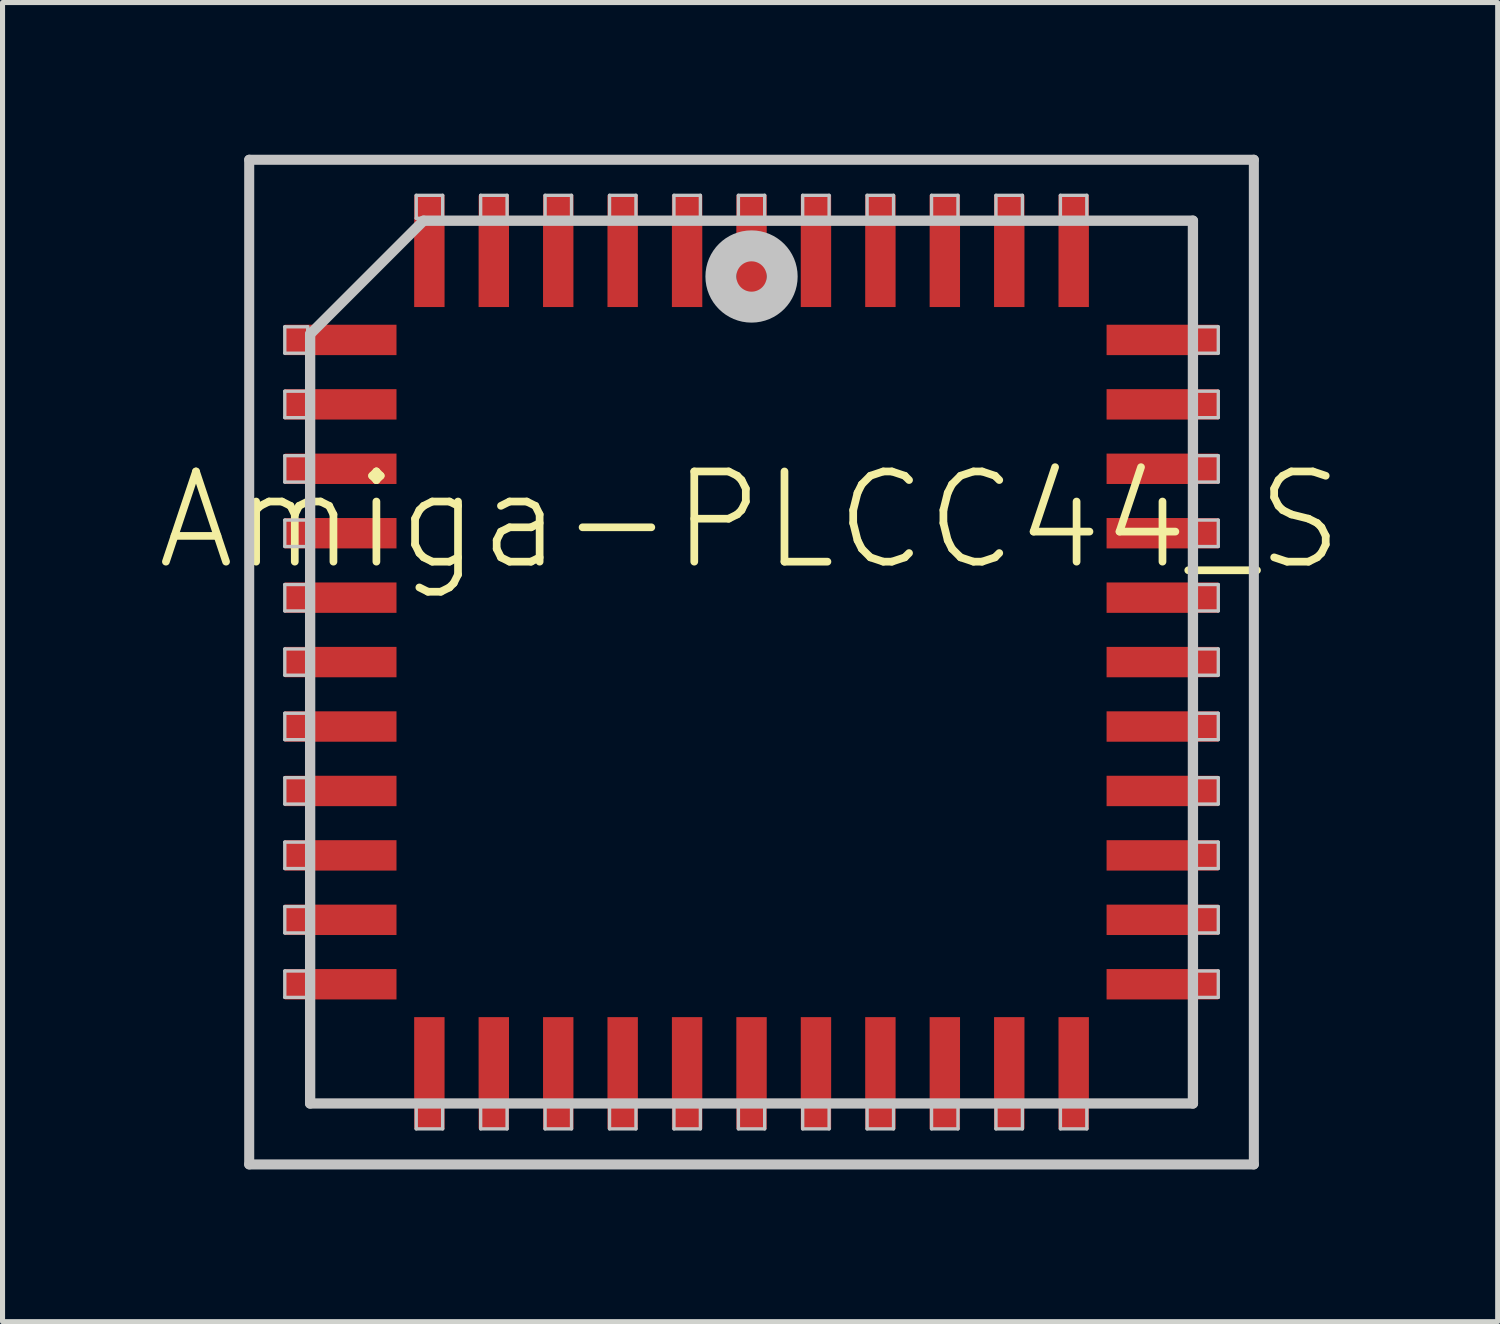
<source format=kicad_pcb>
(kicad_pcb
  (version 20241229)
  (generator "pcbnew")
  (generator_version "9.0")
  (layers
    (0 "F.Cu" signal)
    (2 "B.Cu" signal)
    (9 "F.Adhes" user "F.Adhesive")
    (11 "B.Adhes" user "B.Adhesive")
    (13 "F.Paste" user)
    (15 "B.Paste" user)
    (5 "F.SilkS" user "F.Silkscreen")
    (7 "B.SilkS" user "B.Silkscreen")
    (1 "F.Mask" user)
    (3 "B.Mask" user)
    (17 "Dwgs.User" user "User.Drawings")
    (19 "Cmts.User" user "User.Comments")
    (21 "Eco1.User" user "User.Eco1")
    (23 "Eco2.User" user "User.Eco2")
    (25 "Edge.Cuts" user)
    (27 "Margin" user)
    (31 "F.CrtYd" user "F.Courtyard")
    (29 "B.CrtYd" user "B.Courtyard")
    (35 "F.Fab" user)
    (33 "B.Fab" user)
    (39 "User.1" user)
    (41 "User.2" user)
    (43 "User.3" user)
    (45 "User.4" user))
  (footprint "Amiga-PLCC44_S"
    (layer "F.Cu")
    (at 11.763 10)
    (property "Reference" "Amiga-PLCC44_S" (at -0.028 -2.794 0) (layer "F.SilkS") (effects (font (size 1.778 1.778) (thickness 0.152))))
    (attr smd)
    (fp_line (start -9.901 -9.901) (end 9.901 -9.901) (stroke (width 0.198) (type solid)) (layer "Dwgs.User"))
    (fp_line (start -9.901 9.901) (end -9.901 -9.901) (stroke (width 0.198) (type solid)) (layer "Dwgs.User"))
    (fp_line (start -9.2 -6.609) (end -8.748 -6.609) (stroke (width 0.066) (type solid)) (layer "Dwgs.User"))
    (fp_line (start -9.2 -6.088) (end -9.2 -6.609) (stroke (width 0.066) (type solid)) (layer "Dwgs.User"))
    (fp_line (start -9.2 -6.088) (end -8.748 -6.088) (stroke (width 0.066) (type solid)) (layer "Dwgs.User"))
    (fp_line (start -9.2 -5.339) (end -8.748 -5.339) (stroke (width 0.066) (type solid)) (layer "Dwgs.User"))
    (fp_line (start -9.2 -4.818) (end -9.2 -5.339) (stroke (width 0.066) (type solid)) (layer "Dwgs.User"))
    (fp_line (start -9.2 -4.818) (end -8.748 -4.818) (stroke (width 0.066) (type solid)) (layer "Dwgs.User"))
    (fp_line (start -9.2 -4.069) (end -8.748 -4.069) (stroke (width 0.066) (type solid)) (layer "Dwgs.User"))
    (fp_line (start -9.2 -3.548) (end -9.2 -4.069) (stroke (width 0.066) (type solid)) (layer "Dwgs.User"))
    (fp_line (start -9.2 -3.548) (end -8.748 -3.548) (stroke (width 0.066) (type solid)) (layer "Dwgs.User"))
    (fp_line (start -9.2 -2.799) (end -8.748 -2.799) (stroke (width 0.066) (type solid)) (layer "Dwgs.User"))
    (fp_line (start -9.2 -2.278) (end -9.2 -2.799) (stroke (width 0.066) (type solid)) (layer "Dwgs.User"))
    (fp_line (start -9.2 -2.278) (end -8.748 -2.278) (stroke (width 0.066) (type solid)) (layer "Dwgs.User"))
    (fp_line (start -9.2 -1.529) (end -8.748 -1.529) (stroke (width 0.066) (type solid)) (layer "Dwgs.User"))
    (fp_line (start -9.2 -1.008) (end -9.2 -1.529) (stroke (width 0.066) (type solid)) (layer "Dwgs.User"))
    (fp_line (start -9.2 -1.008) (end -8.748 -1.008) (stroke (width 0.066) (type solid)) (layer "Dwgs.User"))
    (fp_line (start -9.2 -0.259) (end -8.748 -0.259) (stroke (width 0.066) (type solid)) (layer "Dwgs.User"))
    (fp_line (start -9.2 0.259) (end -9.2 -0.259) (stroke (width 0.066) (type solid)) (layer "Dwgs.User"))
    (fp_line (start -9.2 0.259) (end -8.748 0.259) (stroke (width 0.066) (type solid)) (layer "Dwgs.User"))
    (fp_line (start -9.2 1.008) (end -8.748 1.008) (stroke (width 0.066) (type solid)) (layer "Dwgs.User"))
    (fp_line (start -9.2 1.529) (end -9.2 1.008) (stroke (width 0.066) (type solid)) (layer "Dwgs.User"))
    (fp_line (start -9.2 1.529) (end -8.748 1.529) (stroke (width 0.066) (type solid)) (layer "Dwgs.User"))
    (fp_line (start -9.2 2.278) (end -8.748 2.278) (stroke (width 0.066) (type solid)) (layer "Dwgs.User"))
    (fp_line (start -9.2 2.799) (end -9.2 2.278) (stroke (width 0.066) (type solid)) (layer "Dwgs.User"))
    (fp_line (start -9.2 2.799) (end -8.748 2.799) (stroke (width 0.066) (type solid)) (layer "Dwgs.User"))
    (fp_line (start -9.2 3.548) (end -8.748 3.548) (stroke (width 0.066) (type solid)) (layer "Dwgs.User"))
    (fp_line (start -9.2 4.069) (end -9.2 3.548) (stroke (width 0.066) (type solid)) (layer "Dwgs.User"))
    (fp_line (start -9.2 4.069) (end -8.748 4.069) (stroke (width 0.066) (type solid)) (layer "Dwgs.User"))
    (fp_line (start -9.2 4.818) (end -8.748 4.818) (stroke (width 0.066) (type solid)) (layer "Dwgs.User"))
    (fp_line (start -9.2 5.339) (end -9.2 4.818) (stroke (width 0.066) (type solid)) (layer "Dwgs.User"))
    (fp_line (start -9.2 5.339) (end -8.748 5.339) (stroke (width 0.066) (type solid)) (layer "Dwgs.User"))
    (fp_line (start -9.2 6.088) (end -8.748 6.088) (stroke (width 0.066) (type solid)) (layer "Dwgs.User"))
    (fp_line (start -9.2 6.609) (end -9.2 6.088) (stroke (width 0.066) (type solid)) (layer "Dwgs.User"))
    (fp_line (start -9.2 6.609) (end -8.748 6.609) (stroke (width 0.066) (type solid)) (layer "Dwgs.User"))
    (fp_line (start -8.748 -6.088) (end -8.748 -6.609) (stroke (width 0.066) (type solid)) (layer "Dwgs.User"))
    (fp_line (start -8.748 -4.818) (end -8.748 -5.339) (stroke (width 0.066) (type solid)) (layer "Dwgs.User"))
    (fp_line (start -8.748 -3.548) (end -8.748 -4.069) (stroke (width 0.066) (type solid)) (layer "Dwgs.User"))
    (fp_line (start -8.748 -2.278) (end -8.748 -2.799) (stroke (width 0.066) (type solid)) (layer "Dwgs.User"))
    (fp_line (start -8.748 -1.008) (end -8.748 -1.529) (stroke (width 0.066) (type solid)) (layer "Dwgs.User"))
    (fp_line (start -8.748 0.259) (end -8.748 -0.259) (stroke (width 0.066) (type solid)) (layer "Dwgs.User"))
    (fp_line (start -8.748 1.529) (end -8.748 1.008) (stroke (width 0.066) (type solid)) (layer "Dwgs.User"))
    (fp_line (start -8.748 2.799) (end -8.748 2.278) (stroke (width 0.066) (type solid)) (layer "Dwgs.User"))
    (fp_line (start -8.748 4.069) (end -8.748 3.548) (stroke (width 0.066) (type solid)) (layer "Dwgs.User"))
    (fp_line (start -8.748 5.339) (end -8.748 4.818) (stroke (width 0.066) (type solid)) (layer "Dwgs.User"))
    (fp_line (start -8.748 6.609) (end -8.748 6.088) (stroke (width 0.066) (type solid)) (layer "Dwgs.User"))
    (fp_line (start -8.7 -6.464) (end -8.7 8.7) (stroke (width 0.203) (type solid)) (layer "Dwgs.User"))
    (fp_line (start -8.7 8.7) (end 8.7 8.7) (stroke (width 0.203) (type solid)) (layer "Dwgs.User"))
    (fp_line (start -6.609 -9.2) (end -6.088 -9.2) (stroke (width 0.066) (type solid)) (layer "Dwgs.User"))
    (fp_line (start -6.609 -8.748) (end -6.609 -9.2) (stroke (width 0.066) (type solid)) (layer "Dwgs.User"))
    (fp_line (start -6.609 -8.748) (end -6.088 -8.748) (stroke (width 0.066) (type solid)) (layer "Dwgs.User"))
    (fp_line (start -6.609 8.748) (end -6.088 8.748) (stroke (width 0.066) (type solid)) (layer "Dwgs.User"))
    (fp_line (start -6.609 9.2) (end -6.609 8.748) (stroke (width 0.066) (type solid)) (layer "Dwgs.User"))
    (fp_line (start -6.609 9.2) (end -6.088 9.2) (stroke (width 0.066) (type solid)) (layer "Dwgs.User"))
    (fp_line (start -6.464 -8.7) (end -8.7 -6.464) (stroke (width 0.203) (type solid)) (layer "Dwgs.User"))
    (fp_line (start -6.088 -8.748) (end -6.088 -9.2) (stroke (width 0.066) (type solid)) (layer "Dwgs.User"))
    (fp_line (start -6.088 9.2) (end -6.088 8.748) (stroke (width 0.066) (type solid)) (layer "Dwgs.User"))
    (fp_line (start -5.339 -9.2) (end -4.818 -9.2) (stroke (width 0.066) (type solid)) (layer "Dwgs.User"))
    (fp_line (start -5.339 -8.748) (end -5.339 -9.2) (stroke (width 0.066) (type solid)) (layer "Dwgs.User"))
    (fp_line (start -5.339 -8.748) (end -4.818 -8.748) (stroke (width 0.066) (type solid)) (layer "Dwgs.User"))
    (fp_line (start -5.339 8.748) (end -4.818 8.748) (stroke (width 0.066) (type solid)) (layer "Dwgs.User"))
    (fp_line (start -5.339 9.2) (end -5.339 8.748) (stroke (width 0.066) (type solid)) (layer "Dwgs.User"))
    (fp_line (start -5.339 9.2) (end -4.818 9.2) (stroke (width 0.066) (type solid)) (layer "Dwgs.User"))
    (fp_line (start -4.818 -8.748) (end -4.818 -9.2) (stroke (width 0.066) (type solid)) (layer "Dwgs.User"))
    (fp_line (start -4.818 9.2) (end -4.818 8.748) (stroke (width 0.066) (type solid)) (layer "Dwgs.User"))
    (fp_line (start -4.069 -9.2) (end -3.548 -9.2) (stroke (width 0.066) (type solid)) (layer "Dwgs.User"))
    (fp_line (start -4.069 -8.748) (end -4.069 -9.2) (stroke (width 0.066) (type solid)) (layer "Dwgs.User"))
    (fp_line (start -4.069 -8.748) (end -3.548 -8.748) (stroke (width 0.066) (type solid)) (layer "Dwgs.User"))
    (fp_line (start -4.069 8.748) (end -3.548 8.748) (stroke (width 0.066) (type solid)) (layer "Dwgs.User"))
    (fp_line (start -4.069 9.2) (end -4.069 8.748) (stroke (width 0.066) (type solid)) (layer "Dwgs.User"))
    (fp_line (start -4.069 9.2) (end -3.548 9.2) (stroke (width 0.066) (type solid)) (layer "Dwgs.User"))
    (fp_line (start -3.548 -8.748) (end -3.548 -9.2) (stroke (width 0.066) (type solid)) (layer "Dwgs.User"))
    (fp_line (start -3.548 9.2) (end -3.548 8.748) (stroke (width 0.066) (type solid)) (layer "Dwgs.User"))
    (fp_line (start -2.799 -9.2) (end -2.278 -9.2) (stroke (width 0.066) (type solid)) (layer "Dwgs.User"))
    (fp_line (start -2.799 -8.748) (end -2.799 -9.2) (stroke (width 0.066) (type solid)) (layer "Dwgs.User"))
    (fp_line (start -2.799 -8.748) (end -2.278 -8.748) (stroke (width 0.066) (type solid)) (layer "Dwgs.User"))
    (fp_line (start -2.799 8.748) (end -2.278 8.748) (stroke (width 0.066) (type solid)) (layer "Dwgs.User"))
    (fp_line (start -2.799 9.2) (end -2.799 8.748) (stroke (width 0.066) (type solid)) (layer "Dwgs.User"))
    (fp_line (start -2.799 9.2) (end -2.278 9.2) (stroke (width 0.066) (type solid)) (layer "Dwgs.User"))
    (fp_line (start -2.278 -8.748) (end -2.278 -9.2) (stroke (width 0.066) (type solid)) (layer "Dwgs.User"))
    (fp_line (start -2.278 9.2) (end -2.278 8.748) (stroke (width 0.066) (type solid)) (layer "Dwgs.User"))
    (fp_line (start -1.529 -9.2) (end -1.008 -9.2) (stroke (width 0.066) (type solid)) (layer "Dwgs.User"))
    (fp_line (start -1.529 -8.748) (end -1.529 -9.2) (stroke (width 0.066) (type solid)) (layer "Dwgs.User"))
    (fp_line (start -1.529 -8.748) (end -1.008 -8.748) (stroke (width 0.066) (type solid)) (layer "Dwgs.User"))
    (fp_line (start -1.529 8.748) (end -1.008 8.748) (stroke (width 0.066) (type solid)) (layer "Dwgs.User"))
    (fp_line (start -1.529 9.2) (end -1.529 8.748) (stroke (width 0.066) (type solid)) (layer "Dwgs.User"))
    (fp_line (start -1.529 9.2) (end -1.008 9.2) (stroke (width 0.066) (type solid)) (layer "Dwgs.User"))
    (fp_line (start -1.008 -8.748) (end -1.008 -9.2) (stroke (width 0.066) (type solid)) (layer "Dwgs.User"))
    (fp_line (start -1.008 9.2) (end -1.008 8.748) (stroke (width 0.066) (type solid)) (layer "Dwgs.User"))
    (fp_line (start -0.259 -9.2) (end 0.259 -9.2) (stroke (width 0.066) (type solid)) (layer "Dwgs.User"))
    (fp_line (start -0.259 -8.748) (end -0.259 -9.2) (stroke (width 0.066) (type solid)) (layer "Dwgs.User"))
    (fp_line (start -0.259 -8.748) (end 0.259 -8.748) (stroke (width 0.066) (type solid)) (layer "Dwgs.User"))
    (fp_line (start -0.259 8.748) (end 0.259 8.748) (stroke (width 0.066) (type solid)) (layer "Dwgs.User"))
    (fp_line (start -0.259 9.2) (end -0.259 8.748) (stroke (width 0.066) (type solid)) (layer "Dwgs.User"))
    (fp_line (start -0.259 9.2) (end 0.259 9.2) (stroke (width 0.066) (type solid)) (layer "Dwgs.User"))
    (fp_line (start 0.259 -8.748) (end 0.259 -9.2) (stroke (width 0.066) (type solid)) (layer "Dwgs.User"))
    (fp_line (start 0.259 9.2) (end 0.259 8.748) (stroke (width 0.066) (type solid)) (layer "Dwgs.User"))
    (fp_line (start 1.008 -9.2) (end 1.529 -9.2) (stroke (width 0.066) (type solid)) (layer "Dwgs.User"))
    (fp_line (start 1.008 -8.748) (end 1.008 -9.2) (stroke (width 0.066) (type solid)) (layer "Dwgs.User"))
    (fp_line (start 1.008 -8.748) (end 1.529 -8.748) (stroke (width 0.066) (type solid)) (layer "Dwgs.User"))
    (fp_line (start 1.008 8.748) (end 1.529 8.748) (stroke (width 0.066) (type solid)) (layer "Dwgs.User"))
    (fp_line (start 1.008 9.2) (end 1.008 8.748) (stroke (width 0.066) (type solid)) (layer "Dwgs.User"))
    (fp_line (start 1.008 9.2) (end 1.529 9.2) (stroke (width 0.066) (type solid)) (layer "Dwgs.User"))
    (fp_line (start 1.529 -8.748) (end 1.529 -9.2) (stroke (width 0.066) (type solid)) (layer "Dwgs.User"))
    (fp_line (start 1.529 9.2) (end 1.529 8.748) (stroke (width 0.066) (type solid)) (layer "Dwgs.User"))
    (fp_line (start 2.278 -9.2) (end 2.799 -9.2) (stroke (width 0.066) (type solid)) (layer "Dwgs.User"))
    (fp_line (start 2.278 -8.748) (end 2.278 -9.2) (stroke (width 0.066) (type solid)) (layer "Dwgs.User"))
    (fp_line (start 2.278 -8.748) (end 2.799 -8.748) (stroke (width 0.066) (type solid)) (layer "Dwgs.User"))
    (fp_line (start 2.278 8.748) (end 2.799 8.748) (stroke (width 0.066) (type solid)) (layer "Dwgs.User"))
    (fp_line (start 2.278 9.2) (end 2.278 8.748) (stroke (width 0.066) (type solid)) (layer "Dwgs.User"))
    (fp_line (start 2.278 9.2) (end 2.799 9.2) (stroke (width 0.066) (type solid)) (layer "Dwgs.User"))
    (fp_line (start 2.799 -8.748) (end 2.799 -9.2) (stroke (width 0.066) (type solid)) (layer "Dwgs.User"))
    (fp_line (start 2.799 9.2) (end 2.799 8.748) (stroke (width 0.066) (type solid)) (layer "Dwgs.User"))
    (fp_line (start 3.548 -9.2) (end 4.069 -9.2) (stroke (width 0.066) (type solid)) (layer "Dwgs.User"))
    (fp_line (start 3.548 -8.748) (end 3.548 -9.2) (stroke (width 0.066) (type solid)) (layer "Dwgs.User"))
    (fp_line (start 3.548 -8.748) (end 4.069 -8.748) (stroke (width 0.066) (type solid)) (layer "Dwgs.User"))
    (fp_line (start 3.548 8.748) (end 4.069 8.748) (stroke (width 0.066) (type solid)) (layer "Dwgs.User"))
    (fp_line (start 3.548 9.2) (end 3.548 8.748) (stroke (width 0.066) (type solid)) (layer "Dwgs.User"))
    (fp_line (start 3.548 9.2) (end 4.069 9.2) (stroke (width 0.066) (type solid)) (layer "Dwgs.User"))
    (fp_line (start 4.069 -8.748) (end 4.069 -9.2) (stroke (width 0.066) (type solid)) (layer "Dwgs.User"))
    (fp_line (start 4.069 9.2) (end 4.069 8.748) (stroke (width 0.066) (type solid)) (layer "Dwgs.User"))
    (fp_line (start 4.818 -9.2) (end 5.339 -9.2) (stroke (width 0.066) (type solid)) (layer "Dwgs.User"))
    (fp_line (start 4.818 -8.748) (end 4.818 -9.2) (stroke (width 0.066) (type solid)) (layer "Dwgs.User"))
    (fp_line (start 4.818 -8.748) (end 5.339 -8.748) (stroke (width 0.066) (type solid)) (layer "Dwgs.User"))
    (fp_line (start 4.818 8.748) (end 5.339 8.748) (stroke (width 0.066) (type solid)) (layer "Dwgs.User"))
    (fp_line (start 4.818 9.2) (end 4.818 8.748) (stroke (width 0.066) (type solid)) (layer "Dwgs.User"))
    (fp_line (start 4.818 9.2) (end 5.339 9.2) (stroke (width 0.066) (type solid)) (layer "Dwgs.User"))
    (fp_line (start 5.339 -8.748) (end 5.339 -9.2) (stroke (width 0.066) (type solid)) (layer "Dwgs.User"))
    (fp_line (start 5.339 9.2) (end 5.339 8.748) (stroke (width 0.066) (type solid)) (layer "Dwgs.User"))
    (fp_line (start 6.088 -9.2) (end 6.609 -9.2) (stroke (width 0.066) (type solid)) (layer "Dwgs.User"))
    (fp_line (start 6.088 -8.748) (end 6.088 -9.2) (stroke (width 0.066) (type solid)) (layer "Dwgs.User"))
    (fp_line (start 6.088 -8.748) (end 6.609 -8.748) (stroke (width 0.066) (type solid)) (layer "Dwgs.User"))
    (fp_line (start 6.088 8.748) (end 6.609 8.748) (stroke (width 0.066) (type solid)) (layer "Dwgs.User"))
    (fp_line (start 6.088 9.2) (end 6.088 8.748) (stroke (width 0.066) (type solid)) (layer "Dwgs.User"))
    (fp_line (start 6.088 9.2) (end 6.609 9.2) (stroke (width 0.066) (type solid)) (layer "Dwgs.User"))
    (fp_line (start 6.609 -8.748) (end 6.609 -9.2) (stroke (width 0.066) (type solid)) (layer "Dwgs.User"))
    (fp_line (start 6.609 9.2) (end 6.609 8.748) (stroke (width 0.066) (type solid)) (layer "Dwgs.User"))
    (fp_line (start 8.7 -8.7) (end -6.464 -8.7) (stroke (width 0.203) (type solid)) (layer "Dwgs.User"))
    (fp_line (start 8.7 8.7) (end 8.7 -8.7) (stroke (width 0.203) (type solid)) (layer "Dwgs.User"))
    (fp_line (start 8.748 -6.609) (end 9.2 -6.609) (stroke (width 0.066) (type solid)) (layer "Dwgs.User"))
    (fp_line (start 8.748 -6.088) (end 8.748 -6.609) (stroke (width 0.066) (type solid)) (layer "Dwgs.User"))
    (fp_line (start 8.748 -6.088) (end 9.2 -6.088) (stroke (width 0.066) (type solid)) (layer "Dwgs.User"))
    (fp_line (start 8.748 -5.339) (end 9.2 -5.339) (stroke (width 0.066) (type solid)) (layer "Dwgs.User"))
    (fp_line (start 8.748 -4.818) (end 8.748 -5.339) (stroke (width 0.066) (type solid)) (layer "Dwgs.User"))
    (fp_line (start 8.748 -4.818) (end 9.2 -4.818) (stroke (width 0.066) (type solid)) (layer "Dwgs.User"))
    (fp_line (start 8.748 -4.069) (end 9.2 -4.069) (stroke (width 0.066) (type solid)) (layer "Dwgs.User"))
    (fp_line (start 8.748 -3.548) (end 8.748 -4.069) (stroke (width 0.066) (type solid)) (layer "Dwgs.User"))
    (fp_line (start 8.748 -3.548) (end 9.2 -3.548) (stroke (width 0.066) (type solid)) (layer "Dwgs.User"))
    (fp_line (start 8.748 -2.799) (end 9.2 -2.799) (stroke (width 0.066) (type solid)) (layer "Dwgs.User"))
    (fp_line (start 8.748 -2.278) (end 8.748 -2.799) (stroke (width 0.066) (type solid)) (layer "Dwgs.User"))
    (fp_line (start 8.748 -2.278) (end 9.2 -2.278) (stroke (width 0.066) (type solid)) (layer "Dwgs.User"))
    (fp_line (start 8.748 -1.529) (end 9.2 -1.529) (stroke (width 0.066) (type solid)) (layer "Dwgs.User"))
    (fp_line (start 8.748 -1.008) (end 8.748 -1.529) (stroke (width 0.066) (type solid)) (layer "Dwgs.User"))
    (fp_line (start 8.748 -1.008) (end 9.2 -1.008) (stroke (width 0.066) (type solid)) (layer "Dwgs.User"))
    (fp_line (start 8.748 -0.259) (end 9.2 -0.259) (stroke (width 0.066) (type solid)) (layer "Dwgs.User"))
    (fp_line (start 8.748 0.259) (end 8.748 -0.259) (stroke (width 0.066) (type solid)) (layer "Dwgs.User"))
    (fp_line (start 8.748 0.259) (end 9.2 0.259) (stroke (width 0.066) (type solid)) (layer "Dwgs.User"))
    (fp_line (start 8.748 1.008) (end 9.2 1.008) (stroke (width 0.066) (type solid)) (layer "Dwgs.User"))
    (fp_line (start 8.748 1.529) (end 8.748 1.008) (stroke (width 0.066) (type solid)) (layer "Dwgs.User"))
    (fp_line (start 8.748 1.529) (end 9.2 1.529) (stroke (width 0.066) (type solid)) (layer "Dwgs.User"))
    (fp_line (start 8.748 2.278) (end 9.2 2.278) (stroke (width 0.066) (type solid)) (layer "Dwgs.User"))
    (fp_line (start 8.748 2.799) (end 8.748 2.278) (stroke (width 0.066) (type solid)) (layer "Dwgs.User"))
    (fp_line (start 8.748 2.799) (end 9.2 2.799) (stroke (width 0.066) (type solid)) (layer "Dwgs.User"))
    (fp_line (start 8.748 3.548) (end 9.2 3.548) (stroke (width 0.066) (type solid)) (layer "Dwgs.User"))
    (fp_line (start 8.748 4.069) (end 8.748 3.548) (stroke (width 0.066) (type solid)) (layer "Dwgs.User"))
    (fp_line (start 8.748 4.069) (end 9.2 4.069) (stroke (width 0.066) (type solid)) (layer "Dwgs.User"))
    (fp_line (start 8.748 4.818) (end 9.2 4.818) (stroke (width 0.066) (type solid)) (layer "Dwgs.User"))
    (fp_line (start 8.748 5.339) (end 8.748 4.818) (stroke (width 0.066) (type solid)) (layer "Dwgs.User"))
    (fp_line (start 8.748 5.339) (end 9.2 5.339) (stroke (width 0.066) (type solid)) (layer "Dwgs.User"))
    (fp_line (start 8.748 6.088) (end 9.2 6.088) (stroke (width 0.066) (type solid)) (layer "Dwgs.User"))
    (fp_line (start 8.748 6.609) (end 8.748 6.088) (stroke (width 0.066) (type solid)) (layer "Dwgs.User"))
    (fp_line (start 8.748 6.609) (end 9.2 6.609) (stroke (width 0.066) (type solid)) (layer "Dwgs.User"))
    (fp_line (start 9.2 -6.088) (end 9.2 -6.609) (stroke (width 0.066) (type solid)) (layer "Dwgs.User"))
    (fp_line (start 9.2 -4.818) (end 9.2 -5.339) (stroke (width 0.066) (type solid)) (layer "Dwgs.User"))
    (fp_line (start 9.2 -3.548) (end 9.2 -4.069) (stroke (width 0.066) (type solid)) (layer "Dwgs.User"))
    (fp_line (start 9.2 -2.278) (end 9.2 -2.799) (stroke (width 0.066) (type solid)) (layer "Dwgs.User"))
    (fp_line (start 9.2 -1.008) (end 9.2 -1.529) (stroke (width 0.066) (type solid)) (layer "Dwgs.User"))
    (fp_line (start 9.2 0.259) (end 9.2 -0.259) (stroke (width 0.066) (type solid)) (layer "Dwgs.User"))
    (fp_line (start 9.2 1.529) (end 9.2 1.008) (stroke (width 0.066) (type solid)) (layer "Dwgs.User"))
    (fp_line (start 9.2 2.799) (end 9.2 2.278) (stroke (width 0.066) (type solid)) (layer "Dwgs.User"))
    (fp_line (start 9.2 4.069) (end 9.2 3.548) (stroke (width 0.066) (type solid)) (layer "Dwgs.User"))
    (fp_line (start 9.2 5.339) (end 9.2 4.818) (stroke (width 0.066) (type solid)) (layer "Dwgs.User"))
    (fp_line (start 9.2 6.609) (end 9.2 6.088) (stroke (width 0.066) (type solid)) (layer "Dwgs.User"))
    (fp_line (start 9.901 -9.901) (end 9.901 9.901) (stroke (width 0.198) (type solid)) (layer "Dwgs.User"))
    (fp_line (start 9.901 9.901) (end -9.901 9.901) (stroke (width 0.198) (type solid)) (layer "Dwgs.User"))
    (fp_circle (center 0 -7.6) (end 0 -7.899) (stroke (width 0.61) (type solid)) (fill no) (layer "Dwgs.User"))
    (pad "1" smd rect (at 0 -8.098) (size 0.599 2.2) (layers "F.Cu" "F.Mask" "F.Paste"))
    (pad "2" smd rect (at -1.27 -8.098) (size 0.599 2.2) (layers "F.Cu" "F.Mask" "F.Paste"))
    (pad "3" smd rect (at -2.54 -8.098) (size 0.599 2.2) (layers "F.Cu" "F.Mask" "F.Paste"))
    (pad "4" smd rect (at -3.81 -8.098) (size 0.599 2.2) (layers "F.Cu" "F.Mask" "F.Paste"))
    (pad "5" smd rect (at -5.08 -8.098) (size 0.599 2.2) (layers "F.Cu" "F.Mask" "F.Paste"))
    (pad "6" smd rect (at -6.35 -8.098) (size 0.599 2.2) (layers "F.Cu" "F.Mask" "F.Paste"))
    (pad "7" smd rect (at -8.098 -6.35) (size 2.2 0.599) (layers "F.Cu" "F.Mask" "F.Paste"))
    (pad "8" smd rect (at -8.098 -5.08) (size 2.2 0.599) (layers "F.Cu" "F.Mask" "F.Paste"))
    (pad "9" smd rect (at -8.098 -3.81) (size 2.2 0.599) (layers "F.Cu" "F.Mask" "F.Paste"))
    (pad "10" smd rect (at -8.098 -2.54) (size 2.2 0.599) (layers "F.Cu" "F.Mask" "F.Paste"))
    (pad "11" smd rect (at -8.098 -1.27) (size 2.2 0.599) (layers "F.Cu" "F.Mask" "F.Paste"))
    (pad "12" smd rect (at -8.098 0) (size 2.2 0.599) (layers "F.Cu" "F.Mask" "F.Paste"))
    (pad "13" smd rect (at -8.098 1.27) (size 2.2 0.599) (layers "F.Cu" "F.Mask" "F.Paste"))
    (pad "14" smd rect (at -8.098 2.54) (size 2.2 0.599) (layers "F.Cu" "F.Mask" "F.Paste"))
    (pad "15" smd rect (at -8.098 3.81) (size 2.2 0.599) (layers "F.Cu" "F.Mask" "F.Paste"))
    (pad "16" smd rect (at -8.098 5.08) (size 2.2 0.599) (layers "F.Cu" "F.Mask" "F.Paste"))
    (pad "17" smd rect (at -8.098 6.35) (size 2.2 0.599) (layers "F.Cu" "F.Mask" "F.Paste"))
    (pad "18" smd rect (at -6.35 8.098) (size 0.599 2.2) (layers "F.Cu" "F.Mask" "F.Paste"))
    (pad "19" smd rect (at -5.08 8.098) (size 0.599 2.2) (layers "F.Cu" "F.Mask" "F.Paste"))
    (pad "20" smd rect (at -3.81 8.098) (size 0.599 2.2) (layers "F.Cu" "F.Mask" "F.Paste"))
    (pad "21" smd rect (at -2.54 8.098) (size 0.599 2.2) (layers "F.Cu" "F.Mask" "F.Paste"))
    (pad "22" smd rect (at -1.27 8.098) (size 0.599 2.2) (layers "F.Cu" "F.Mask" "F.Paste"))
    (pad "23" smd rect (at 0 8.098) (size 0.599 2.2) (layers "F.Cu" "F.Mask" "F.Paste"))
    (pad "24" smd rect (at 1.27 8.098) (size 0.599 2.2) (layers "F.Cu" "F.Mask" "F.Paste"))
    (pad "25" smd rect (at 2.54 8.098) (size 0.599 2.2) (layers "F.Cu" "F.Mask" "F.Paste"))
    (pad "26" smd rect (at 3.81 8.098) (size 0.599 2.2) (layers "F.Cu" "F.Mask" "F.Paste"))
    (pad "27" smd rect (at 5.08 8.098) (size 0.599 2.2) (layers "F.Cu" "F.Mask" "F.Paste"))
    (pad "28" smd rect (at 6.35 8.098) (size 0.599 2.2) (layers "F.Cu" "F.Mask" "F.Paste"))
    (pad "29" smd rect (at 8.098 6.35) (size 2.2 0.599) (layers "F.Cu" "F.Mask" "F.Paste"))
    (pad "30" smd rect (at 8.098 5.08) (size 2.2 0.599) (layers "F.Cu" "F.Mask" "F.Paste"))
    (pad "31" smd rect (at 8.098 3.81) (size 2.2 0.599) (layers "F.Cu" "F.Mask" "F.Paste"))
    (pad "32" smd rect (at 8.098 2.54) (size 2.2 0.599) (layers "F.Cu" "F.Mask" "F.Paste"))
    (pad "33" smd rect (at 8.098 1.27) (size 2.2 0.599) (layers "F.Cu" "F.Mask" "F.Paste"))
    (pad "34" smd rect (at 8.098 0) (size 2.2 0.599) (layers "F.Cu" "F.Mask" "F.Paste"))
    (pad "35" smd rect (at 8.098 -1.27) (size 2.2 0.599) (layers "F.Cu" "F.Mask" "F.Paste"))
    (pad "36" smd rect (at 8.098 -2.54) (size 2.2 0.599) (layers "F.Cu" "F.Mask" "F.Paste"))
    (pad "37" smd rect (at 8.098 -3.81) (size 2.2 0.599) (layers "F.Cu" "F.Mask" "F.Paste"))
    (pad "38" smd rect (at 8.098 -5.08) (size 2.2 0.599) (layers "F.Cu" "F.Mask" "F.Paste"))
    (pad "39" smd rect (at 8.098 -6.35) (size 2.2 0.599) (layers "F.Cu" "F.Mask" "F.Paste"))
    (pad "40" smd rect (at 6.35 -8.098) (size 0.599 2.2) (layers "F.Cu" "F.Mask" "F.Paste"))
    (pad "41" smd rect (at 5.08 -8.098) (size 0.599 2.2) (layers "F.Cu" "F.Mask" "F.Paste"))
    (pad "42" smd rect (at 3.81 -8.098) (size 0.599 2.2) (layers "F.Cu" "F.Mask" "F.Paste"))
    (pad "43" smd rect (at 2.54 -8.098) (size 0.599 2.2) (layers "F.Cu" "F.Mask" "F.Paste"))
    (pad "44" smd rect (at 1.27 -8.098) (size 0.599 2.2) (layers "F.Cu" "F.Mask" "F.Paste")))
  (gr_rect
    (start -3 -3)
    (end 26.47 23)
    (stroke (width 0.1) (type default))
    (fill no)
    (layer "Edge.Cuts")))
</source>
